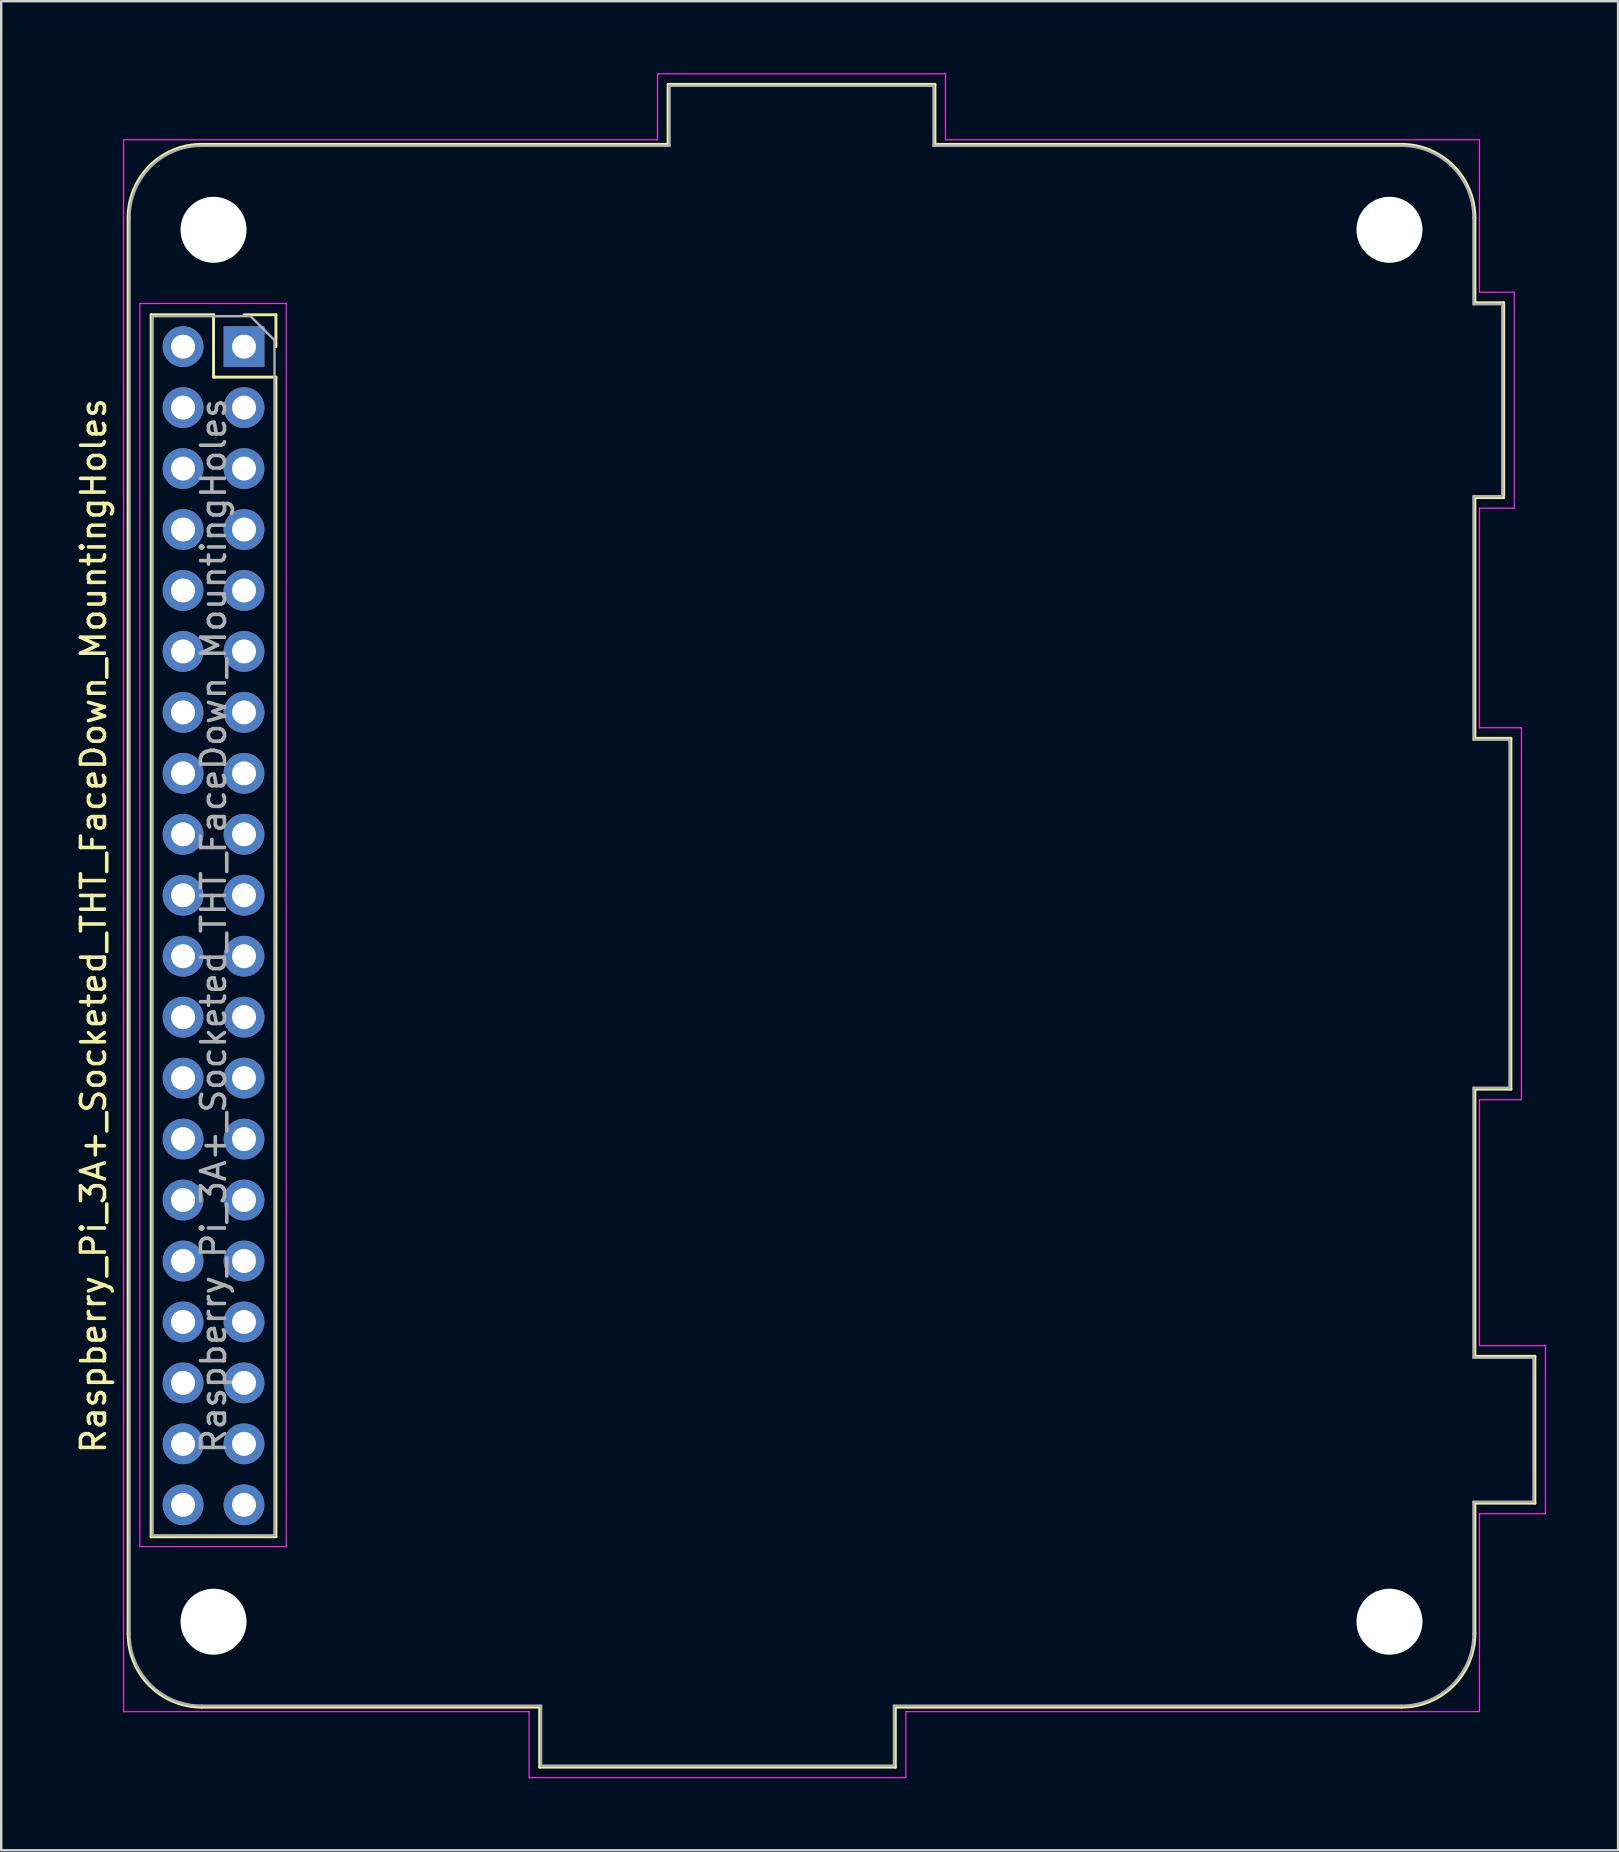
<source format=kicad_pcb>
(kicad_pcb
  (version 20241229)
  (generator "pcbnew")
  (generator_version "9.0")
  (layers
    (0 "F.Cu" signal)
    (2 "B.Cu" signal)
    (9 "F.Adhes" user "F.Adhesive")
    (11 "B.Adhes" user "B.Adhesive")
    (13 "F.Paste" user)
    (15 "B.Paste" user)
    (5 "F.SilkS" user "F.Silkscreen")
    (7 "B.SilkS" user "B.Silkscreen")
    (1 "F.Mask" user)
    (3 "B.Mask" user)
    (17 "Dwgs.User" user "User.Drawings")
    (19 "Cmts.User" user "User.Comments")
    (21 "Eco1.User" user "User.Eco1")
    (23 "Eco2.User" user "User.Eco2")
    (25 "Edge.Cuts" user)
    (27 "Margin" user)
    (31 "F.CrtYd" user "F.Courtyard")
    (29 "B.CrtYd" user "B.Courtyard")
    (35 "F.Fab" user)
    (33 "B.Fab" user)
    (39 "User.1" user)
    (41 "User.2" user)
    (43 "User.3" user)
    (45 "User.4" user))
  (footprint "Raspberry_Pi_3A+_Socketed_THT_FaceDown_MountingHoles"
    (layer "F.Cu")
    (at 7.118 11.395)
    (property "Reference" "Raspberry_Pi_3A+_Socketed_THT_FaceDown_MountingHoles" (at -6.27 24.13 90) (layer "F.SilkS") (effects (font (size 1 1) (thickness 0.15))))
    (attr through_hole)
    (fp_line (start -4.83 53.63) (end -4.83 -5.37) (stroke (width 0.12) (type solid)) (layer "F.SilkS"))
    (fp_line (start -3.87 -1.33) (end -3.87 49.59) (stroke (width 0.12) (type solid)) (layer "F.SilkS"))
    (fp_line (start -3.87 -1.33) (end -1.27 -1.33) (stroke (width 0.12) (type solid)) (layer "F.SilkS"))
    (fp_line (start -3.87 49.59) (end 1.33 49.59) (stroke (width 0.12) (type solid)) (layer "F.SilkS"))
    (fp_line (start -1.77 -8.43) (end 17.67 -8.43) (stroke (width 0.12) (type solid)) (layer "F.SilkS"))
    (fp_line (start -1.77 56.69) (end 12.32 56.69) (stroke (width 0.12) (type solid)) (layer "F.SilkS"))
    (fp_line (start -1.27 -1.33) (end -1.27 1.27) (stroke (width 0.12) (type solid)) (layer "F.SilkS"))
    (fp_line (start -1.27 1.27) (end 1.33 1.27) (stroke (width 0.12) (type solid)) (layer "F.SilkS"))
    (fp_line (start 0 -1.33) (end 1.33 -1.33) (stroke (width 0.12) (type solid)) (layer "F.SilkS"))
    (fp_line (start 1.33 -1.33) (end 1.33 0) (stroke (width 0.12) (type solid)) (layer "F.SilkS"))
    (fp_line (start 1.33 1.27) (end 1.33 49.59) (stroke (width 0.12) (type solid)) (layer "F.SilkS"))
    (fp_line (start 12.32 56.69) (end 12.32 59.19) (stroke (width 0.12) (type solid)) (layer "F.SilkS"))
    (fp_line (start 12.32 59.19) (end 27.14 59.19) (stroke (width 0.12) (type solid)) (layer "F.SilkS"))
    (fp_line (start 17.67 -10.93) (end 17.67 -8.43) (stroke (width 0.12) (type solid)) (layer "F.SilkS"))
    (fp_line (start 27.14 56.69) (end 48.23 56.69) (stroke (width 0.12) (type solid)) (layer "F.SilkS"))
    (fp_line (start 27.14 59.19) (end 27.14 56.69) (stroke (width 0.12) (type solid)) (layer "F.SilkS"))
    (fp_line (start 28.79 -10.93) (end 17.67 -10.93) (stroke (width 0.12) (type solid)) (layer "F.SilkS"))
    (fp_line (start 28.79 -8.43) (end 28.79 -10.93) (stroke (width 0.12) (type solid)) (layer "F.SilkS"))
    (fp_line (start 48.23 -8.43) (end 28.79 -8.43) (stroke (width 0.12) (type solid)) (layer "F.SilkS"))
    (fp_line (start 51.29 -5.37) (end 51.29 -1.83) (stroke (width 0.12) (type solid)) (layer "F.SilkS"))
    (fp_line (start 51.29 -1.83) (end 52.49 -1.83) (stroke (width 0.12) (type solid)) (layer "F.SilkS"))
    (fp_line (start 51.29 6.29) (end 51.29 16.32) (stroke (width 0.12) (type solid)) (layer "F.SilkS"))
    (fp_line (start 51.29 16.32) (end 52.79 16.32) (stroke (width 0.12) (type solid)) (layer "F.SilkS"))
    (fp_line (start 51.29 30.94) (end 51.29 42.07) (stroke (width 0.12) (type solid)) (layer "F.SilkS"))
    (fp_line (start 51.29 42.07) (end 53.79 42.07) (stroke (width 0.12) (type solid)) (layer "F.SilkS"))
    (fp_line (start 51.29 48.19) (end 51.29 53.63) (stroke (width 0.12) (type solid)) (layer "F.SilkS"))
    (fp_line (start 52.49 -1.83) (end 52.49 6.29) (stroke (width 0.12) (type solid)) (layer "F.SilkS"))
    (fp_line (start 52.49 6.29) (end 51.29 6.29) (stroke (width 0.12) (type solid)) (layer "F.SilkS"))
    (fp_line (start 52.79 16.32) (end 52.79 30.94) (stroke (width 0.12) (type solid)) (layer "F.SilkS"))
    (fp_line (start 52.79 30.94) (end 51.29 30.94) (stroke (width 0.12) (type solid)) (layer "F.SilkS"))
    (fp_line (start 53.79 42.07) (end 53.79 48.19) (stroke (width 0.12) (type solid)) (layer "F.SilkS"))
    (fp_line (start 53.79 48.19) (end 51.29 48.19) (stroke (width 0.12) (type solid)) (layer "F.SilkS"))
    (fp_arc (start -4.83 -5.37) (mid -3.933747 -7.533747) (end -1.77 -8.43) (stroke (width 0.12) (type solid)) (layer "F.SilkS"))
    (fp_arc (start -1.77 56.69) (mid -3.933747 55.793747) (end -4.83 53.63) (stroke (width 0.12) (type solid)) (layer "F.SilkS"))
    (fp_arc (start 48.23 -8.43) (mid 50.393747 -7.533747) (end 51.29 -5.37) (stroke (width 0.12) (type solid)) (layer "F.SilkS"))
    (fp_arc (start 51.29 53.63) (mid 50.393747 55.793747) (end 48.23 56.69) (stroke (width 0.12) (type solid)) (layer "F.SilkS"))
    (fp_line (start -5.02 -8.62) (end 17.23 -8.62) (stroke (width 0.05) (type solid)) (layer "F.CrtYd"))
    (fp_line (start -5.02 56.88) (end -5.02 -8.62) (stroke (width 0.05) (type solid)) (layer "F.CrtYd"))
    (fp_line (start -4.34 -1.8) (end 1.76 -1.8) (stroke (width 0.05) (type solid)) (layer "F.CrtYd"))
    (fp_line (start -4.34 50) (end -4.34 -1.8) (stroke (width 0.05) (type solid)) (layer "F.CrtYd"))
    (fp_line (start 1.76 -1.8) (end 1.76 50) (stroke (width 0.05) (type solid)) (layer "F.CrtYd"))
    (fp_line (start 1.76 50) (end -4.34 50) (stroke (width 0.05) (type solid)) (layer "F.CrtYd"))
    (fp_line (start 11.88 56.88) (end -5.02 56.88) (stroke (width 0.05) (type solid)) (layer "F.CrtYd"))
    (fp_line (start 11.88 59.63) (end 11.88 56.88) (stroke (width 0.05) (type solid)) (layer "F.CrtYd"))
    (fp_line (start 17.23 -11.37) (end 29.23 -11.37) (stroke (width 0.05) (type solid)) (layer "F.CrtYd"))
    (fp_line (start 17.23 -8.62) (end 17.23 -11.37) (stroke (width 0.05) (type solid)) (layer "F.CrtYd"))
    (fp_line (start 27.58 56.88) (end 27.58 59.63) (stroke (width 0.05) (type solid)) (layer "F.CrtYd"))
    (fp_line (start 27.58 59.63) (end 11.88 59.63) (stroke (width 0.05) (type solid)) (layer "F.CrtYd"))
    (fp_line (start 29.23 -11.37) (end 29.23 -8.62) (stroke (width 0.05) (type solid)) (layer "F.CrtYd"))
    (fp_line (start 29.23 -8.62) (end 51.48 -8.62) (stroke (width 0.05) (type solid)) (layer "F.CrtYd"))
    (fp_line (start 51.48 -8.62) (end 51.48 -2.27) (stroke (width 0.05) (type solid)) (layer "F.CrtYd"))
    (fp_line (start 51.48 -2.27) (end 52.93 -2.27) (stroke (width 0.05) (type solid)) (layer "F.CrtYd"))
    (fp_line (start 51.48 6.73) (end 51.48 15.88) (stroke (width 0.05) (type solid)) (layer "F.CrtYd"))
    (fp_line (start 51.48 15.88) (end 53.23 15.88) (stroke (width 0.05) (type solid)) (layer "F.CrtYd"))
    (fp_line (start 51.48 31.38) (end 51.48 41.63) (stroke (width 0.05) (type solid)) (layer "F.CrtYd"))
    (fp_line (start 51.48 41.63) (end 54.23 41.63) (stroke (width 0.05) (type solid)) (layer "F.CrtYd"))
    (fp_line (start 51.48 48.63) (end 51.48 56.88) (stroke (width 0.05) (type solid)) (layer "F.CrtYd"))
    (fp_line (start 51.48 56.88) (end 27.58 56.88) (stroke (width 0.05) (type solid)) (layer "F.CrtYd"))
    (fp_line (start 52.93 -2.27) (end 52.93 6.73) (stroke (width 0.05) (type solid)) (layer "F.CrtYd"))
    (fp_line (start 52.93 6.73) (end 51.48 6.73) (stroke (width 0.05) (type solid)) (layer "F.CrtYd"))
    (fp_line (start 53.23 15.88) (end 53.23 31.38) (stroke (width 0.05) (type solid)) (layer "F.CrtYd"))
    (fp_line (start 53.23 31.38) (end 51.48 31.38) (stroke (width 0.05) (type solid)) (layer "F.CrtYd"))
    (fp_line (start 54.23 41.63) (end 54.23 48.63) (stroke (width 0.05) (type solid)) (layer "F.CrtYd"))
    (fp_line (start 54.23 48.63) (end 51.48 48.63) (stroke (width 0.05) (type solid)) (layer "F.CrtYd"))
    (fp_line (start -4.77 53.63) (end -4.77 -5.37) (stroke (width 0.1) (type solid)) (layer "F.Fab"))
    (fp_line (start -3.81 -1.27) (end 0.27 -1.27) (stroke (width 0.1) (type solid)) (layer "F.Fab"))
    (fp_line (start -3.81 49.53) (end -3.81 -1.27) (stroke (width 0.1) (type solid)) (layer "F.Fab"))
    (fp_line (start -1.77 -8.37) (end 17.73 -8.37) (stroke (width 0.1) (type solid)) (layer "F.Fab"))
    (fp_line (start 0.27 -1.27) (end 1.27 -0.27) (stroke (width 0.1) (type solid)) (layer "F.Fab"))
    (fp_line (start 1.27 -0.27) (end 1.27 49.53) (stroke (width 0.1) (type solid)) (layer "F.Fab"))
    (fp_line (start 1.27 49.53) (end -3.81 49.53) (stroke (width 0.1) (type solid)) (layer "F.Fab"))
    (fp_line (start 12.38 56.63) (end -1.77 56.63) (stroke (width 0.1) (type solid)) (layer "F.Fab"))
    (fp_line (start 12.38 59.13) (end 12.38 56.63) (stroke (width 0.1) (type solid)) (layer "F.Fab"))
    (fp_line (start 17.73 -10.87) (end 17.73 -8.37) (stroke (width 0.1) (type solid)) (layer "F.Fab"))
    (fp_line (start 27.08 56.63) (end 27.08 59.13) (stroke (width 0.1) (type solid)) (layer "F.Fab"))
    (fp_line (start 27.08 59.13) (end 12.38 59.13) (stroke (width 0.1) (type solid)) (layer "F.Fab"))
    (fp_line (start 28.73 -10.87) (end 17.73 -10.87) (stroke (width 0.1) (type solid)) (layer "F.Fab"))
    (fp_line (start 28.73 -8.37) (end 28.73 -10.87) (stroke (width 0.1) (type solid)) (layer "F.Fab"))
    (fp_line (start 48.23 -8.37) (end 28.73 -8.37) (stroke (width 0.1) (type solid)) (layer "F.Fab"))
    (fp_line (start 48.23 56.63) (end 27.08 56.63) (stroke (width 0.1) (type solid)) (layer "F.Fab"))
    (fp_line (start 51.23 -5.37) (end 51.23 -1.77) (stroke (width 0.1) (type solid)) (layer "F.Fab"))
    (fp_line (start 51.23 -1.77) (end 52.43 -1.77) (stroke (width 0.1) (type solid)) (layer "F.Fab"))
    (fp_line (start 51.23 6.23) (end 51.23 16.38) (stroke (width 0.1) (type solid)) (layer "F.Fab"))
    (fp_line (start 51.23 16.38) (end 52.73 16.38) (stroke (width 0.1) (type solid)) (layer "F.Fab"))
    (fp_line (start 51.23 30.88) (end 51.23 42.13) (stroke (width 0.1) (type solid)) (layer "F.Fab"))
    (fp_line (start 51.23 42.13) (end 53.73 42.13) (stroke (width 0.1) (type solid)) (layer "F.Fab"))
    (fp_line (start 51.23 48.13) (end 51.23 53.63) (stroke (width 0.1) (type solid)) (layer "F.Fab"))
    (fp_line (start 52.43 -1.77) (end 52.43 6.23) (stroke (width 0.1) (type solid)) (layer "F.Fab"))
    (fp_line (start 52.43 6.23) (end 51.23 6.23) (stroke (width 0.1) (type solid)) (layer "F.Fab"))
    (fp_line (start 52.73 16.38) (end 52.73 30.88) (stroke (width 0.1) (type solid)) (layer "F.Fab"))
    (fp_line (start 52.73 30.88) (end 51.23 30.88) (stroke (width 0.1) (type solid)) (layer "F.Fab"))
    (fp_line (start 53.73 42.13) (end 53.73 48.13) (stroke (width 0.1) (type solid)) (layer "F.Fab"))
    (fp_line (start 53.73 48.13) (end 51.23 48.13) (stroke (width 0.1) (type solid)) (layer "F.Fab"))
    (fp_arc (start -4.77 -5.37) (mid -3.89132 -7.49132) (end -1.77 -8.37) (stroke (width 0.1) (type solid)) (layer "F.Fab"))
    (fp_arc (start -1.77 56.63) (mid -3.89132 55.75132) (end -4.77 53.63) (stroke (width 0.1) (type solid)) (layer "F.Fab"))
    (fp_arc (start 48.23 -8.37) (mid 50.35132 -7.49132) (end 51.23 -5.37) (stroke (width 0.1) (type solid)) (layer "F.Fab"))
    (fp_arc (start 51.23 53.63) (mid 50.35132 55.75132) (end 48.23 56.63) (stroke (width 0.1) (type solid)) (layer "F.Fab"))
    (fp_text user "${REFERENCE}" (at -1.27 24.13 90) (layer "F.Fab") (effects (font (size 1 1) (thickness 0.15))))
    (pad "" np_thru_hole circle (at -1.27 -4.87 90) (size 2.75 2.75) (drill 2.75) (layers "*.Cu" "*.Mask"))
    (pad "" np_thru_hole circle (at -1.27 53.13 90) (size 2.75 2.75) (drill 2.75) (layers "*.Cu" "*.Mask"))
    (pad "" np_thru_hole circle (at 47.73 -4.87 90) (size 2.75 2.75) (drill 2.75) (layers "*.Cu" "*.Mask"))
    (pad "" np_thru_hole circle (at 47.73 53.13 90) (size 2.75 2.75) (drill 2.75) (layers "*.Cu" "*.Mask"))
    (pad "1" thru_hole rect (at 0 0) (size 1.7 1.7) (drill 1) (layers "*.Cu" "*.Mask"))
    (pad "2" thru_hole oval (at -2.54 0) (size 1.7 1.7) (drill 1) (layers "*.Cu" "*.Mask"))
    (pad "3" thru_hole oval (at 0 2.54) (size 1.7 1.7) (drill 1) (layers "*.Cu" "*.Mask"))
    (pad "4" thru_hole oval (at -2.54 2.54) (size 1.7 1.7) (drill 1) (layers "*.Cu" "*.Mask"))
    (pad "5" thru_hole oval (at 0 5.08) (size 1.7 1.7) (drill 1) (layers "*.Cu" "*.Mask"))
    (pad "6" thru_hole oval (at -2.54 5.08) (size 1.7 1.7) (drill 1) (layers "*.Cu" "*.Mask"))
    (pad "7" thru_hole oval (at 0 7.62) (size 1.7 1.7) (drill 1) (layers "*.Cu" "*.Mask"))
    (pad "8" thru_hole oval (at -2.54 7.62) (size 1.7 1.7) (drill 1) (layers "*.Cu" "*.Mask"))
    (pad "9" thru_hole oval (at 0 10.16) (size 1.7 1.7) (drill 1) (layers "*.Cu" "*.Mask"))
    (pad "10" thru_hole oval (at -2.54 10.16) (size 1.7 1.7) (drill 1) (layers "*.Cu" "*.Mask"))
    (pad "11" thru_hole oval (at 0 12.7) (size 1.7 1.7) (drill 1) (layers "*.Cu" "*.Mask"))
    (pad "12" thru_hole oval (at -2.54 12.7) (size 1.7 1.7) (drill 1) (layers "*.Cu" "*.Mask"))
    (pad "13" thru_hole oval (at 0 15.24) (size 1.7 1.7) (drill 1) (layers "*.Cu" "*.Mask"))
    (pad "14" thru_hole oval (at -2.54 15.24) (size 1.7 1.7) (drill 1) (layers "*.Cu" "*.Mask"))
    (pad "15" thru_hole oval (at 0 17.78) (size 1.7 1.7) (drill 1) (layers "*.Cu" "*.Mask"))
    (pad "16" thru_hole oval (at -2.54 17.78) (size 1.7 1.7) (drill 1) (layers "*.Cu" "*.Mask"))
    (pad "17" thru_hole oval (at 0 20.32) (size 1.7 1.7) (drill 1) (layers "*.Cu" "*.Mask"))
    (pad "18" thru_hole oval (at -2.54 20.32) (size 1.7 1.7) (drill 1) (layers "*.Cu" "*.Mask"))
    (pad "19" thru_hole oval (at 0 22.86) (size 1.7 1.7) (drill 1) (layers "*.Cu" "*.Mask"))
    (pad "20" thru_hole oval (at -2.54 22.86) (size 1.7 1.7) (drill 1) (layers "*.Cu" "*.Mask"))
    (pad "21" thru_hole oval (at 0 25.4) (size 1.7 1.7) (drill 1) (layers "*.Cu" "*.Mask"))
    (pad "22" thru_hole oval (at -2.54 25.4) (size 1.7 1.7) (drill 1) (layers "*.Cu" "*.Mask"))
    (pad "23" thru_hole oval (at 0 27.94) (size 1.7 1.7) (drill 1) (layers "*.Cu" "*.Mask"))
    (pad "24" thru_hole oval (at -2.54 27.94) (size 1.7 1.7) (drill 1) (layers "*.Cu" "*.Mask"))
    (pad "25" thru_hole oval (at 0 30.48) (size 1.7 1.7) (drill 1) (layers "*.Cu" "*.Mask"))
    (pad "26" thru_hole oval (at -2.54 30.48) (size 1.7 1.7) (drill 1) (layers "*.Cu" "*.Mask"))
    (pad "27" thru_hole oval (at 0 33.02) (size 1.7 1.7) (drill 1) (layers "*.Cu" "*.Mask"))
    (pad "28" thru_hole oval (at -2.54 33.02) (size 1.7 1.7) (drill 1) (layers "*.Cu" "*.Mask"))
    (pad "29" thru_hole oval (at 0 35.56) (size 1.7 1.7) (drill 1) (layers "*.Cu" "*.Mask"))
    (pad "30" thru_hole oval (at -2.54 35.56) (size 1.7 1.7) (drill 1) (layers "*.Cu" "*.Mask"))
    (pad "31" thru_hole oval (at 0 38.1) (size 1.7 1.7) (drill 1) (layers "*.Cu" "*.Mask"))
    (pad "32" thru_hole oval (at -2.54 38.1) (size 1.7 1.7) (drill 1) (layers "*.Cu" "*.Mask"))
    (pad "33" thru_hole oval (at 0 40.64) (size 1.7 1.7) (drill 1) (layers "*.Cu" "*.Mask"))
    (pad "34" thru_hole oval (at -2.54 40.64) (size 1.7 1.7) (drill 1) (layers "*.Cu" "*.Mask"))
    (pad "35" thru_hole oval (at 0 43.18) (size 1.7 1.7) (drill 1) (layers "*.Cu" "*.Mask"))
    (pad "36" thru_hole oval (at -2.54 43.18) (size 1.7 1.7) (drill 1) (layers "*.Cu" "*.Mask"))
    (pad "37" thru_hole oval (at 0 45.72) (size 1.7 1.7) (drill 1) (layers "*.Cu" "*.Mask"))
    (pad "38" thru_hole oval (at -2.54 45.72) (size 1.7 1.7) (drill 1) (layers "*.Cu" "*.Mask"))
    (pad "39" thru_hole oval (at 0 48.26) (size 1.7 1.7) (drill 1) (layers "*.Cu" "*.Mask"))
    (pad "40" thru_hole oval (at -2.54 48.26) (size 1.7 1.7) (drill 1) (layers "*.Cu" "*.Mask")))
  (gr_rect
    (start -3 -3)
    (end 64.373 74.05)
    (stroke (width 0.1) (type default))
    (fill no)
    (layer "Edge.Cuts")))
</source>
